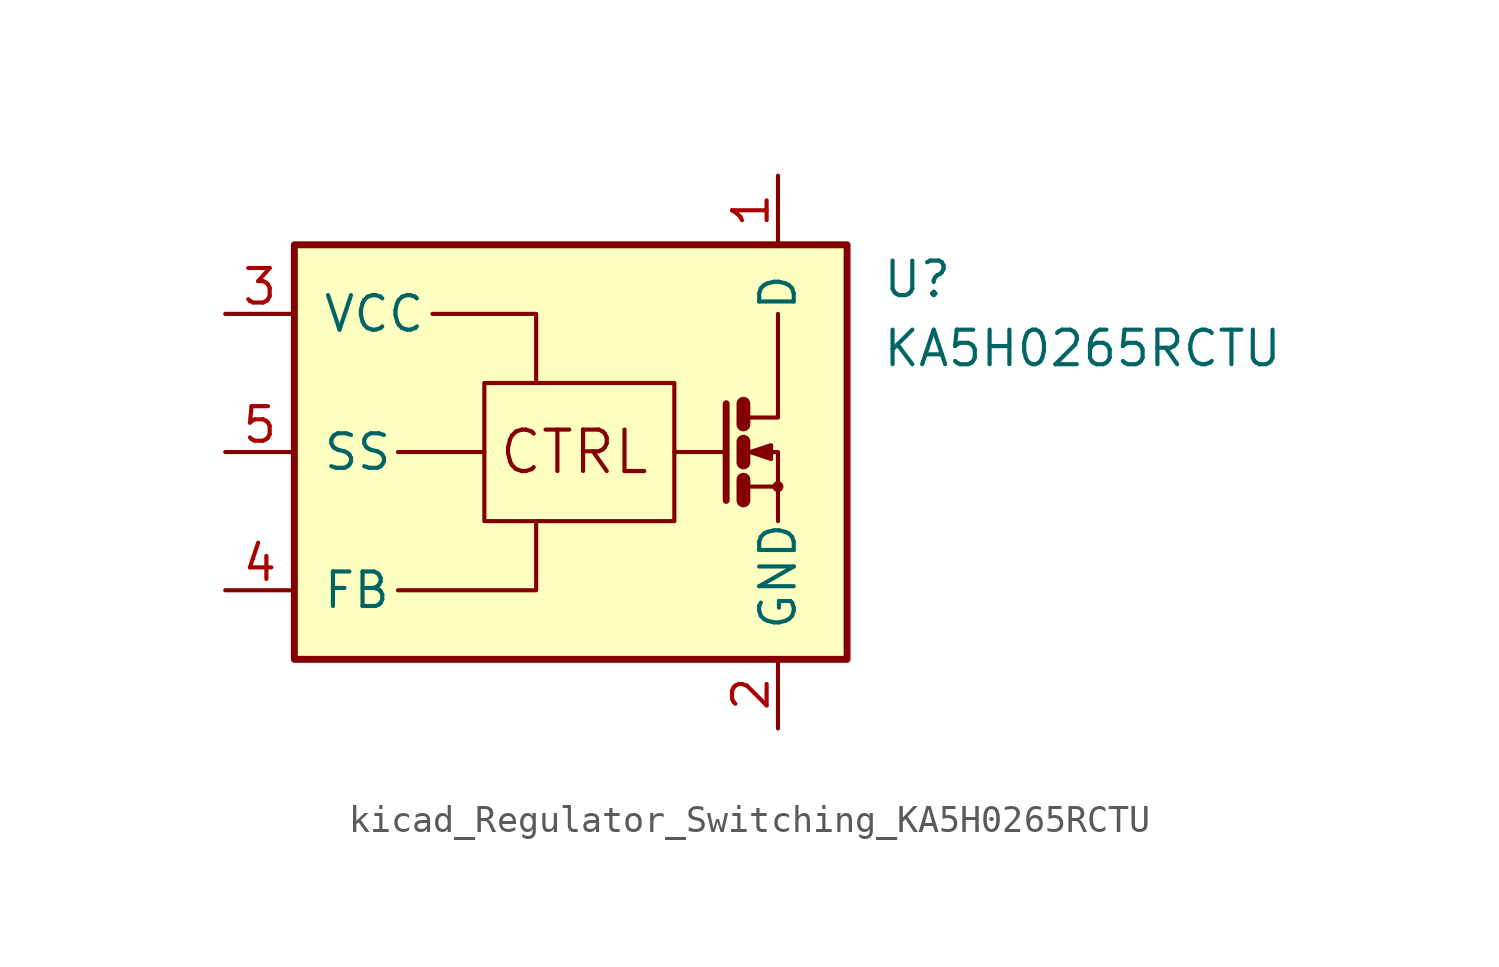
<source format=kicad_sym>
(kicad_symbol_lib
  (version 20220914)
  (generator kicad_symbol_editor)
  (symbol "kicad_Regulator_Switching_KA5H0265RCTU"
    (pin_names
      (offset 1.016))
    (property "Reference" "U"
      (at 11.43 6.35 0)
      (effects (font (size 1.27 1.27)) (justify left)))
    (property "Value" "KA5H0265RCTU"
      (at 11.43 3.81 0)
      (effects (font (size 1.27 1.27)) (justify left)))
    (symbol "kicad_Regulator_Switching_KA5H0265RCTU_0_0"
      (rectangle (start -10.16 7.62) (end 10.16 -7.62) (stroke (width 0.254) (type default)) (fill (type background)))
      (rectangle (start -3.175 2.54) (end 3.81 -2.54) (stroke (width 0) (type default)) (fill (type none)))
      (polyline (pts (xy -3.175 0) (xy -6.35 0)) (stroke (width 0) (type default)) (fill (type none)))
      (polyline (pts (xy 3.81 0) (xy 5.715 0)) (stroke (width 0) (type default)) (fill (type none)))
      (polyline (pts (xy 5.715 1.778) (xy 5.715 -1.778)) (stroke (width 0.254) (type default)) (fill (type none)))
      (polyline (pts (xy 6.35 -1.27) (xy 7.62 -1.27)) (stroke (width 0) (type default)) (fill (type none)))
      (polyline (pts (xy 6.35 -1.016) (xy 6.35 -1.778)) (stroke (width 0.508) (type default)) (fill (type none)))
      (polyline (pts (xy 6.35 0.381) (xy 6.35 -0.381)) (stroke (width 0.508) (type default)) (fill (type none)))
      (polyline (pts (xy 6.35 1.778) (xy 6.35 1.016)) (stroke (width 0.508) (type default)) (fill (type none)))
      (polyline (pts (xy -6.35 -5.08) (xy -1.27 -5.08) (xy -1.27 -2.54)) (stroke (width 0) (type default)) (fill (type none)))
      (polyline (pts (xy -1.27 2.54) (xy -1.27 5.08) (xy -5.08 5.08)) (stroke (width 0) (type default)) (fill (type none)))
      (polyline (pts (xy 6.35 1.27) (xy 7.62 1.27) (xy 7.62 5.08)) (stroke (width 0) (type default)) (fill (type none)))
      (polyline (pts (xy 6.604 0) (xy 7.366 0.254) (xy 7.366 -0.254) (xy 6.604 0)) (stroke (width 0) (type default)) (fill (type outline)))
      (polyline (pts (xy 7.62 -1.905) (xy 7.62 -2.54) (xy 7.62 0) (xy 6.35 0)) (stroke (width 0) (type default)) (fill (type none)))
      (circle (center 7.62 -1.27) (radius 0.127) (stroke (width 0) (type default)) (fill (type none)))
      (text "CTRL" (at 0.127 0 0) (effects (font (size 1.524 1.524)))))
    (symbol "kicad_Regulator_Switching_KA5H0265RCTU_1_1"
      (pin passive line (at 7.62 10.16 270) (length 2.54) (name "D" (effects (font (size 1.27 1.27)))) (number "1" (effects (font (size 1.27 1.27)))))
      (pin power_in line (at 7.62 -10.16 90) (length 2.54) (name "GND" (effects (font (size 1.27 1.27)))) (number "2" (effects (font (size 1.27 1.27)))))
      (pin power_in line (at -12.7 5.08 0) (length 2.54) (name "VCC" (effects (font (size 1.27 1.27)))) (number "3" (effects (font (size 1.27 1.27)))))
      (pin passive line (at -12.7 -5.08 0) (length 2.54) (name "FB" (effects (font (size 1.27 1.27)))) (number "4" (effects (font (size 1.27 1.27)))))
      (pin passive line (at -12.7 0 0) (length 2.54) (name "SS" (effects (font (size 1.27 1.27)))) (number "5" (effects (font (size 1.27 1.27))))))))
</source>
